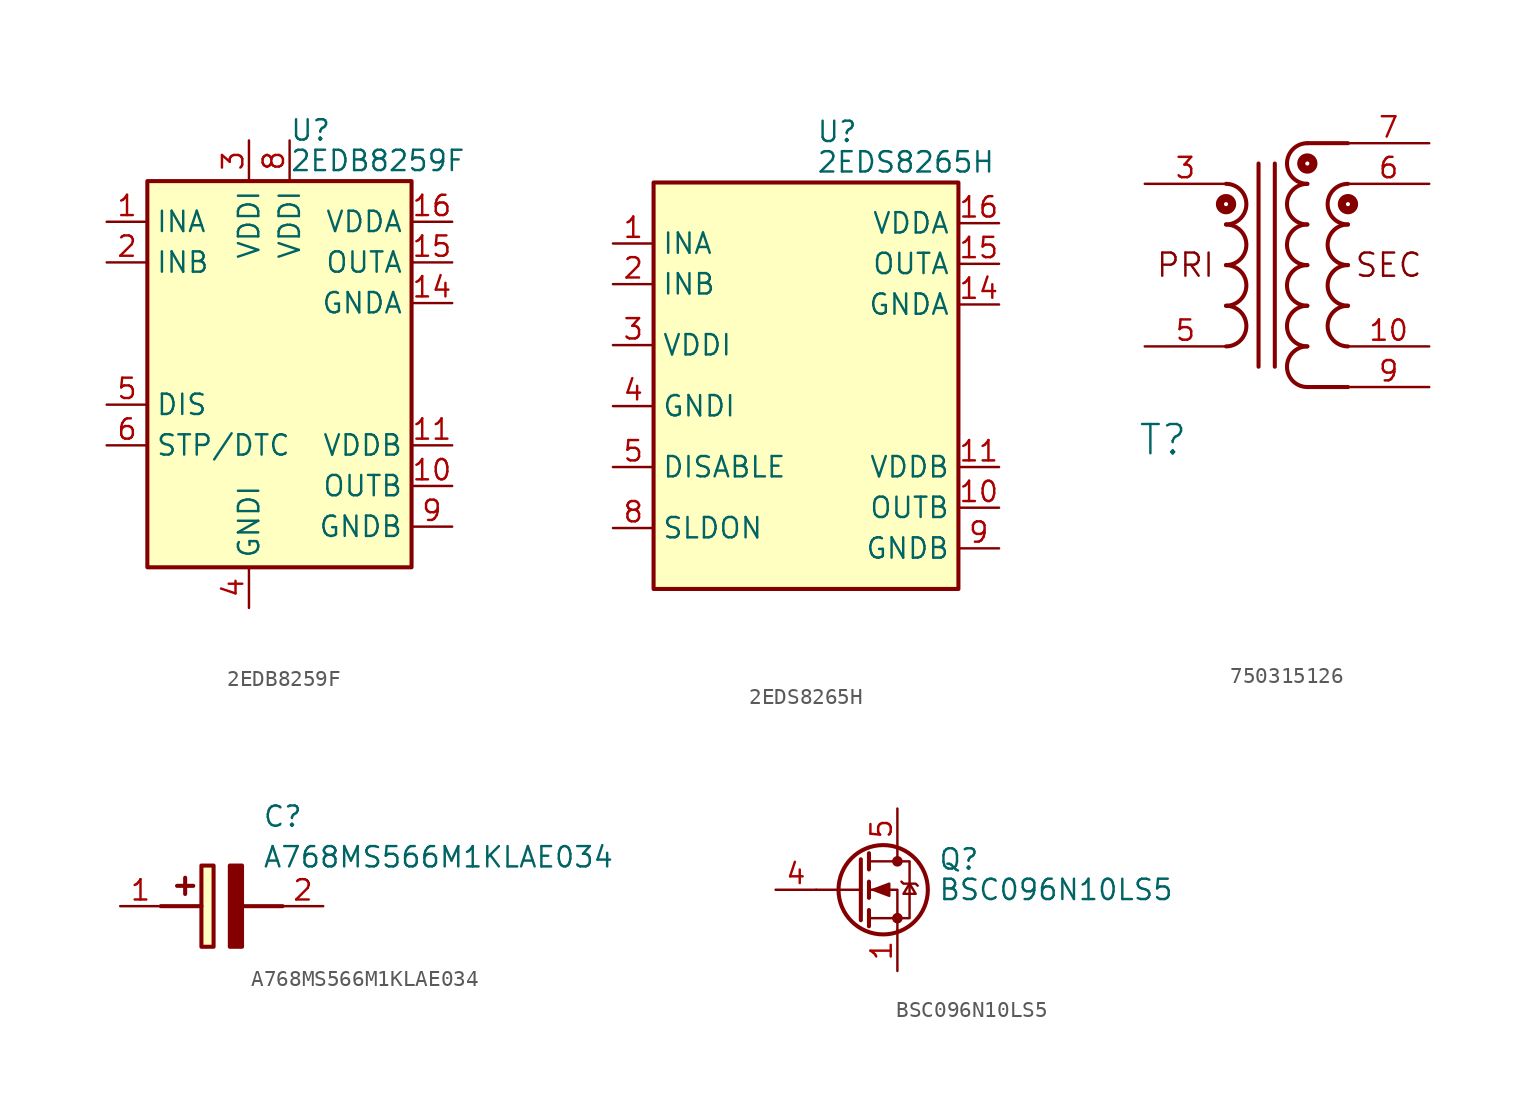
<source format=kicad_sym>
(kicad_symbol_lib
  (version 20231120)
  (generator "kicad_symbol_editor")
  (generator_version "8.0")
  (symbol "2EDB8259F"
    (property "Reference" "U"
      (at 1.27 13.335 0)
      (effects (font (size 1.27 1.27)) (justify left)))
    (property "Value" "2EDB8259F"
      (at 1.27 11.43 0)
      (effects (font (size 1.27 1.27)) (justify left)))
    (symbol "2EDB8259F_0_1"
      (rectangle (start -7.62 10.16) (end 8.89 -13.97) (stroke (width 0.254) (type default)) (fill (type background))))
    (symbol "2EDB8259F_1_1"
      (pin input line (at -10.16 7.62 0) (length 2.54) (name "INA" (effects (font (size 1.27 1.27)))) (number "1" (effects (font (size 1.27 1.27)))))
      (pin output line (at 11.43 -8.89 180) (length 2.54) (name "OUTB" (effects (font (size 1.27 1.27)))) (number "10" (effects (font (size 1.27 1.27)))))
      (pin passive line (at 11.43 -6.35 180) (length 2.54) (name "VDDB" (effects (font (size 1.27 1.27)))) (number "11" (effects (font (size 1.27 1.27)))))
      (pin no_connect line (at 11.43 -2.54 180) (length 2.54) hide (name "NC" (effects (font (size 1.27 1.27)))) (number "12" (effects (font (size 1.27 1.27)))))
      (pin no_connect line (at 11.43 0 180) (length 2.54) hide (name "NC" (effects (font (size 1.27 1.27)))) (number "13" (effects (font (size 1.27 1.27)))))
      (pin output line (at 11.43 2.54 180) (length 2.54) (name "GNDA" (effects (font (size 1.27 1.27)))) (number "14" (effects (font (size 1.27 1.27)))))
      (pin output line (at 11.43 5.08 180) (length 2.54) (name "OUTA" (effects (font (size 1.27 1.27)))) (number "15" (effects (font (size 1.27 1.27)))))
      (pin passive line (at 11.43 7.62 180) (length 2.54) (name "VDDA" (effects (font (size 1.27 1.27)))) (number "16" (effects (font (size 1.27 1.27)))))
      (pin input line (at -10.16 5.08 0) (length 2.54) (name "INB" (effects (font (size 1.27 1.27)))) (number "2" (effects (font (size 1.27 1.27)))))
      (pin power_in line (at -1.27 12.7 270) (length 2.54) (name "VDDI" (effects (font (size 1.27 1.27)))) (number "3" (effects (font (size 1.27 1.27)))))
      (pin power_in line (at -1.27 -16.51 90) (length 2.54) (name "GNDI" (effects (font (size 1.27 1.27)))) (number "4" (effects (font (size 1.27 1.27)))))
      (pin input line (at -10.16 -3.81 0) (length 2.54) (name "DIS" (effects (font (size 1.27 1.27)))) (number "5" (effects (font (size 1.27 1.27)))))
      (pin open_collector line (at -10.16 -6.35 0) (length 2.54) (name "STP/DTC" (effects (font (size 1.27 1.27)))) (number "6" (effects (font (size 1.27 1.27)))))
      (pin no_connect line (at -10.16 -11.43 0) (length 2.54) hide (name "NC" (effects (font (size 1.27 1.27)))) (number "7" (effects (font (size 1.27 1.27)))))
      (pin power_in line (at 1.27 12.7 270) (length 2.54) (name "VDDI" (effects (font (size 1.27 1.27)))) (number "8" (effects (font (size 1.27 1.27)))))
      (pin passive line (at 11.43 -11.43 180) (length 2.54) (name "GNDB" (effects (font (size 1.27 1.27)))) (number "9" (effects (font (size 1.27 1.27)))))))
  (symbol "2EDS8265H"
    (property "Reference" "U"
      (at 1.27 13.335 0)
      (effects (font (size 1.27 1.27)) (justify left)))
    (property "Value" "2EDS8265H"
      (at 1.27 11.43 0)
      (effects (font (size 1.27 1.27)) (justify left)))
    (symbol "2EDS8265H_0_1"
      (rectangle (start -8.89 10.16) (end 10.16 -15.24) (stroke (width 0.254) (type default)) (fill (type background))))
    (symbol "2EDS8265H_1_1"
      (pin input line (at -11.43 6.35 0) (length 2.54) (name "INA" (effects (font (size 1.27 1.27)))) (number "1" (effects (font (size 1.27 1.27)))))
      (pin output line (at 12.7 -10.16 180) (length 2.54) (name "OUTB" (effects (font (size 1.27 1.27)))) (number "10" (effects (font (size 1.27 1.27)))))
      (pin passive line (at 12.7 -7.62 180) (length 2.54) (name "VDDB" (effects (font (size 1.27 1.27)))) (number "11" (effects (font (size 1.27 1.27)))))
      (pin no_connect line (at 12.7 -3.81 180) (length 2.54) hide (name "NC" (effects (font (size 1.27 1.27)))) (number "12" (effects (font (size 1.27 1.27)))))
      (pin no_connect line (at 12.7 -1.27 180) (length 2.54) hide (name "NC" (effects (font (size 1.27 1.27)))) (number "13" (effects (font (size 1.27 1.27)))))
      (pin passive line (at 12.7 2.54 180) (length 2.54) (name "GNDA" (effects (font (size 1.27 1.27)))) (number "14" (effects (font (size 1.27 1.27)))))
      (pin output line (at 12.7 5.08 180) (length 2.54) (name "OUTA" (effects (font (size 1.27 1.27)))) (number "15" (effects (font (size 1.27 1.27)))))
      (pin passive line (at 12.7 7.62 180) (length 2.54) (name "VDDA" (effects (font (size 1.27 1.27)))) (number "16" (effects (font (size 1.27 1.27)))))
      (pin input line (at -11.43 3.81 0) (length 2.54) (name "INB" (effects (font (size 1.27 1.27)))) (number "2" (effects (font (size 1.27 1.27)))))
      (pin power_in line (at -11.43 0 0) (length 2.54) (name "VDDI" (effects (font (size 1.27 1.27)))) (number "3" (effects (font (size 1.27 1.27)))))
      (pin passive line (at -11.43 -3.81 0) (length 2.54) (name "GNDI" (effects (font (size 1.27 1.27)))) (number "4" (effects (font (size 1.27 1.27)))))
      (pin input line (at -11.43 -7.62 0) (length 2.54) (name "DISABLE" (effects (font (size 1.27 1.27)))) (number "5" (effects (font (size 1.27 1.27)))))
      (pin no_connect line (at 0 -17.78 90) (length 2.54) hide (name "NC" (effects (font (size 1.27 1.27)))) (number "6" (effects (font (size 1.27 1.27)))))
      (pin no_connect line (at 2.54 -17.78 90) (length 2.54) hide (name "NC" (effects (font (size 1.27 1.27)))) (number "7" (effects (font (size 1.27 1.27)))))
      (pin passive line (at -11.43 -11.43 0) (length 2.54) (name "SLDON" (effects (font (size 1.27 1.27)))) (number "8" (effects (font (size 1.27 1.27)))))
      (pin passive line (at 12.7 -12.7 180) (length 2.54) (name "GNDB" (effects (font (size 1.27 1.27)))) (number "9" (effects (font (size 1.27 1.27)))))))
  (symbol "750315126"
    (property "Reference" "T"
      (at 1.135 -16.002 0)
      (effects (font (size 1.829 1.829))))
    (symbol "750315126_1_0"
      (polyline (pts (xy 7.112 1.27) (xy 7.112 -11.43)) (stroke (width 0.254) (type solid)) (fill (type none)))
      (polyline (pts (xy 8.128 1.27) (xy 8.128 -11.43)) (stroke (width 0.254) (type solid)) (fill (type none)))
      (polyline (pts (xy 10.16 -12.7) (xy 12.7 -12.7)) (stroke (width 0.254) (type solid)) (fill (type none)))
      (polyline (pts (xy 10.16 2.54) (xy 12.7 2.54)) (stroke (width 0.254) (type solid)) (fill (type none)))
      (arc (start 5.08 -10.16) (mid 6.35 -8.89) (end 5.08 -7.62) (stroke (width 0.254) (type solid)) (fill (type none)))
      (arc (start 5.08 -7.62) (mid 6.35 -6.35) (end 5.08 -5.08) (stroke (width 0.254) (type solid)) (fill (type none)))
      (arc (start 5.08 -5.08) (mid 6.35 -3.81) (end 5.08 -2.54) (stroke (width 0.254) (type solid)) (fill (type none)))
      (arc (start 5.08 -2.54) (mid 6.35 -1.27) (end 5.08 0) (stroke (width 0.254) (type solid)) (fill (type none)))
      (circle (center 5.08 -1.27) (radius 0.127) (stroke (width 0.508) (type solid)) (fill (type none)))
      (arc (start 10.16 -10.16) (mid 8.89 -11.43) (end 10.16 -12.7) (stroke (width 0.254) (type solid)) (fill (type none)))
      (arc (start 10.16 -7.62) (mid 8.89 -8.89) (end 10.16 -10.16) (stroke (width 0.254) (type solid)) (fill (type none)))
      (arc (start 10.16 -5.08) (mid 8.89 -6.35) (end 10.16 -7.62) (stroke (width 0.254) (type solid)) (fill (type none)))
      (arc (start 10.16 -2.54) (mid 8.89 -3.81) (end 10.16 -5.08) (stroke (width 0.254) (type solid)) (fill (type none)))
      (arc (start 10.16 0) (mid 8.89 -1.27) (end 10.16 -2.54) (stroke (width 0.254) (type solid)) (fill (type none)))
      (circle (center 10.16 1.27) (radius 0.127) (stroke (width 0.508) (type solid)) (fill (type none)))
      (arc (start 10.16 2.54) (mid 8.89 1.27) (end 10.16 0) (stroke (width 0.254) (type solid)) (fill (type none)))
      (arc (start 12.7 -7.62) (mid 11.43 -8.89) (end 12.7 -10.16) (stroke (width 0.254) (type solid)) (fill (type none)))
      (arc (start 12.7 -5.08) (mid 11.43 -6.35) (end 12.7 -7.62) (stroke (width 0.254) (type solid)) (fill (type none)))
      (arc (start 12.7 -2.54) (mid 11.43 -3.81) (end 12.7 -5.08) (stroke (width 0.254) (type solid)) (fill (type none)))
      (circle (center 12.7 -1.27) (radius 0.127) (stroke (width 0.508) (type solid)) (fill (type none)))
      (arc (start 12.7 0) (mid 11.43 -1.27) (end 12.7 -2.54) (stroke (width 0.254) (type solid)) (fill (type none)))
      (text "PRI" (at 2.54 -5.08 0) (effects (font (size 1.448 1.448))))
      (text "SEC" (at 15.24 -5.08 0) (effects (font (size 1.448 1.448))))
      (pin no_connect line (at 16.51 -19.05 180) (length 5.08) hide (name "1" (effects (font (size 0 0)))) (number "1" (effects (font (size 1.27 1.27)))))
      (pin passive line (at 17.78 -10.16 180) (length 5.08) (name "10" (effects (font (size 0 0)))) (number "10" (effects (font (size 1.27 1.27)))))
      (pin no_connect line (at 16.51 -21.59 180) (length 5.08) hide (name "2" (effects (font (size 0 0)))) (number "2" (effects (font (size 1.27 1.27)))))
      (pin passive line (at 0 0 0) (length 5.08) (name "3" (effects (font (size 0 0)))) (number "3" (effects (font (size 1.27 1.27)))))
      (pin no_connect line (at 16.51 -24.13 180) (length 5.08) hide (name "4" (effects (font (size 0 0)))) (number "4" (effects (font (size 1.27 1.27)))))
      (pin passive line (at 0 -10.16 0) (length 5.08) (name "5" (effects (font (size 0 0)))) (number "5" (effects (font (size 1.27 1.27)))))
      (pin passive line (at 17.78 0 180) (length 5.08) (name "6" (effects (font (size 0 0)))) (number "6" (effects (font (size 1.27 1.27)))))
      (pin passive line (at 17.78 2.54 180) (length 5.08) (name "7" (effects (font (size 0 0)))) (number "7" (effects (font (size 1.27 1.27)))))
      (pin no_connect line (at 16.51 -26.67 180) (length 5.08) hide (name "8" (effects (font (size 0 0)))) (number "8" (effects (font (size 1.27 1.27)))))
      (pin passive line (at 17.78 -12.7 180) (length 5.08) (name "9" (effects (font (size 0 0)))) (number "9" (effects (font (size 1.27 1.27)))))))
  (symbol "A768MS566M1KLAE034"
    (pin_names hide)
    (property "Reference" "C"
      (at 8.89 6.35 0)
      (effects (font (size 1.27 1.27)) (justify left top)))
    (property "Value" "A768MS566M1KLAE034"
      (at 8.89 3.81 0)
      (effects (font (size 1.27 1.27)) (justify left top)))
    (symbol "A768MS566M1KLAE034_1_1"
      (polyline (pts (xy 2.54 0) (xy 5.08 0)) (stroke (width 0.254) (type default)) (fill (type none)))
      (polyline (pts (xy 4.064 1.778) (xy 4.064 0.762)) (stroke (width 0.254) (type default)) (fill (type none)))
      (polyline (pts (xy 4.572 1.27) (xy 3.556 1.27)) (stroke (width 0.254) (type default)) (fill (type none)))
      (polyline (pts (xy 7.62 0) (xy 10.16 0)) (stroke (width 0.254) (type default)) (fill (type none)))
      (polyline (pts (xy 7.62 2.54) (xy 7.62 -2.54) (xy 6.858 -2.54) (xy 6.858 2.54) (xy 7.62 2.54)) (stroke (width 0.254) (type default)) (fill (type outline)))
      (rectangle (start 5.08 2.54) (end 5.842 -2.54) (stroke (width 0.254) (type default)) (fill (type background)))
      (pin passive line (at 0 0 0) (length 2.54) (name "+" (effects (font (size 1.27 1.27)))) (number "1" (effects (font (size 1.27 1.27)))))
      (pin passive line (at 12.7 0 180) (length 2.54) (name "-" (effects (font (size 1.27 1.27)))) (number "2" (effects (font (size 1.27 1.27)))))))
  (symbol "BSC096N10LS5"
    (pin_names hide)
    (property "Reference" "Q"
      (at 5.08 1.905 0)
      (effects (font (size 1.27 1.27)) (justify left)))
    (property "Value" "BSC096N10LS5"
      (at 5.08 0 0)
      (effects (font (size 1.27 1.27)) (justify left)))
    (symbol "BSC096N10LS5_0_1"
      (polyline (pts (xy 0.254 0) (xy -2.54 0)) (stroke (width 0) (type default)) (fill (type none)))
      (polyline (pts (xy 0.254 1.905) (xy 0.254 -1.905)) (stroke (width 0.254) (type default)) (fill (type none)))
      (polyline (pts (xy 0.762 -1.27) (xy 0.762 -2.286)) (stroke (width 0.254) (type default)) (fill (type none)))
      (polyline (pts (xy 0.762 0.508) (xy 0.762 -0.508)) (stroke (width 0.254) (type default)) (fill (type none)))
      (polyline (pts (xy 0.762 2.286) (xy 0.762 1.27)) (stroke (width 0.254) (type default)) (fill (type none)))
      (polyline (pts (xy 2.54 2.54) (xy 2.54 1.778)) (stroke (width 0) (type default)) (fill (type none)))
      (polyline (pts (xy 2.54 -2.54) (xy 2.54 0) (xy 0.762 0)) (stroke (width 0) (type default)) (fill (type none)))
      (polyline (pts (xy 0.762 -1.778) (xy 3.302 -1.778) (xy 3.302 1.778) (xy 0.762 1.778)) (stroke (width 0) (type default)) (fill (type none)))
      (polyline (pts (xy 1.016 0) (xy 2.032 0.381) (xy 2.032 -0.381) (xy 1.016 0)) (stroke (width 0) (type default)) (fill (type outline)))
      (polyline (pts (xy 2.794 0.508) (xy 2.921 0.381) (xy 3.683 0.381) (xy 3.81 0.254)) (stroke (width 0) (type default)) (fill (type none)))
      (polyline (pts (xy 3.302 0.381) (xy 2.921 -0.254) (xy 3.683 -0.254) (xy 3.302 0.381)) (stroke (width 0) (type default)) (fill (type none)))
      (circle (center 1.651 0) (radius 2.794) (stroke (width 0.254) (type default)) (fill (type none)))
      (circle (center 2.54 -1.778) (radius 0.254) (stroke (width 0) (type default)) (fill (type outline)))
      (circle (center 2.54 1.778) (radius 0.254) (stroke (width 0) (type default)) (fill (type outline))))
    (symbol "BSC096N10LS5_1_1"
      (pin passive line (at 2.54 -5.08 90) (length 2.54) (name "S" (effects (font (size 1.27 1.27)))) (number "1" (effects (font (size 1.27 1.27)))))
      (pin passive line (at 2.54 -5.08 90) (length 2.54) hide (name "S" (effects (font (size 1.27 1.27)))) (number "2" (effects (font (size 1.27 1.27)))))
      (pin passive line (at 2.54 -5.08 90) (length 2.54) hide (name "S" (effects (font (size 1.27 1.27)))) (number "3" (effects (font (size 1.27 1.27)))))
      (pin passive line (at -5.08 0 0) (length 2.54) (name "G" (effects (font (size 1.27 1.27)))) (number "4" (effects (font (size 1.27 1.27)))))
      (pin passive line (at 2.54 5.08 270) (length 2.54) (name "D" (effects (font (size 1.27 1.27)))) (number "5" (effects (font (size 1.27 1.27))))))))
</source>
